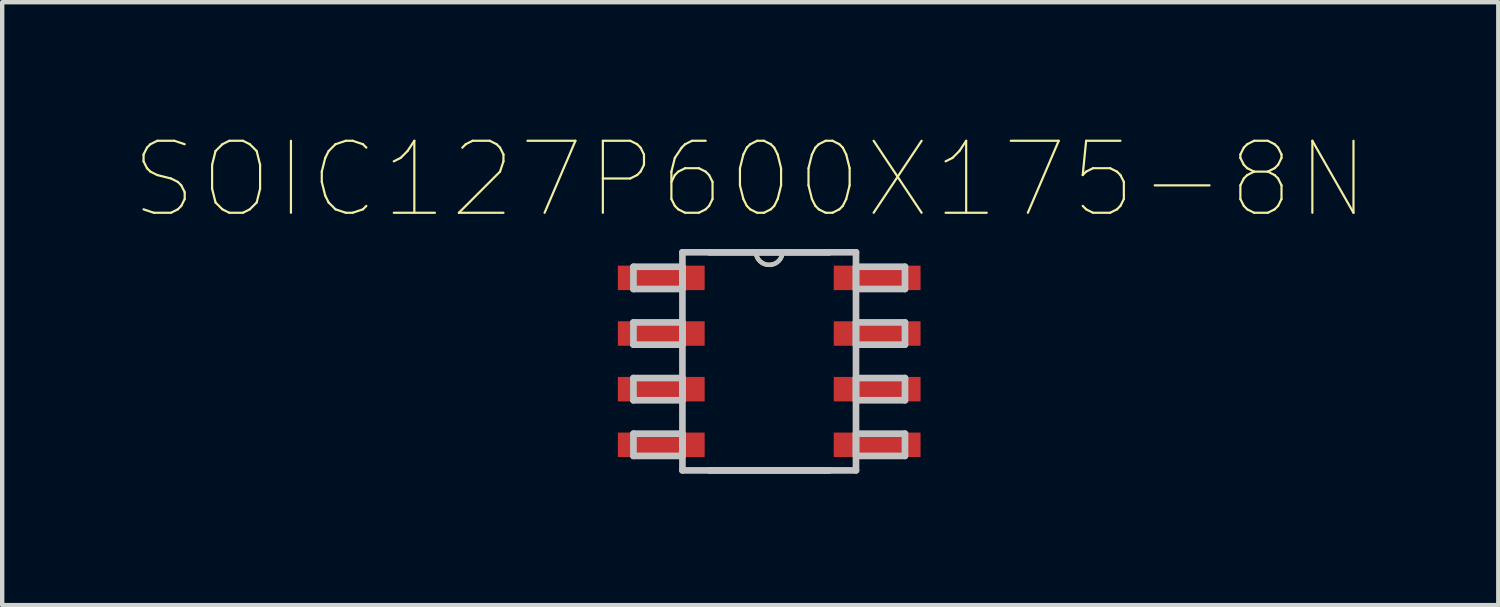
<source format=kicad_pcb>
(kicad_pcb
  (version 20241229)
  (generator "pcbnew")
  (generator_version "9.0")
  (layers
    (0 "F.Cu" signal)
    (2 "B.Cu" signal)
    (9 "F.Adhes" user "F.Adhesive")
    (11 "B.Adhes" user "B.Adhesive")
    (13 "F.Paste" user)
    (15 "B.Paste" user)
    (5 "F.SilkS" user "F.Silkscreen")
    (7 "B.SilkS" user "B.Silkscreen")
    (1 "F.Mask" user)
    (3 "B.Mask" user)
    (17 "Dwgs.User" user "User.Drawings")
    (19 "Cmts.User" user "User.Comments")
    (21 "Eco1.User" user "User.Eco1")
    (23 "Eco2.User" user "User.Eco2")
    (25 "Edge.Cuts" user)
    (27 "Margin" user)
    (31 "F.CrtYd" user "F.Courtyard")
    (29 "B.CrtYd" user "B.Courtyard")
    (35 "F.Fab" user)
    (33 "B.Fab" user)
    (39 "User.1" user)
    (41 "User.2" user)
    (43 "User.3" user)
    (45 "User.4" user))
  (footprint "SOIC127P600X175-8N"
    (layer "F.Cu")
    (at 14.508 5.198)
    (property "Reference" "SOIC127P600X175-8N" (at -0.433 -4.149 0) (layer "F.SilkS") (effects (font (size 1.643 1.643) (thickness 0.05))))
    (attr smd)
    (fp_line (start -1.372 2.489) (end 1.372 2.489) (stroke (width 0.152) (type solid)) (layer "F.SilkS"))
    (fp_line (start -0.305 -2.489) (end -1.372 -2.489) (stroke (width 0.152) (type solid)) (layer "F.SilkS"))
    (fp_line (start 1.372 -2.489) (end -0.305 -2.489) (stroke (width 0.152) (type solid)) (layer "F.SilkS"))
    (fp_arc (start 0.3048 -2.5146) (mid 0.0127 -2.1971) (end -0.3048 -2.4892) (stroke (width 0.1) (type solid)) (layer "F.SilkS"))
    (fp_line (start -3.099 -2.159) (end -3.099 -1.651) (stroke (width 0.152) (type solid)) (layer "Dwgs.User"))
    (fp_line (start -3.099 -1.651) (end -1.981 -1.651) (stroke (width 0.152) (type solid)) (layer "Dwgs.User"))
    (fp_line (start -3.099 -0.889) (end -3.099 -0.381) (stroke (width 0.152) (type solid)) (layer "Dwgs.User"))
    (fp_line (start -3.099 -0.381) (end -1.981 -0.381) (stroke (width 0.152) (type solid)) (layer "Dwgs.User"))
    (fp_line (start -3.099 0.381) (end -3.099 0.889) (stroke (width 0.152) (type solid)) (layer "Dwgs.User"))
    (fp_line (start -3.099 0.889) (end -1.981 0.889) (stroke (width 0.152) (type solid)) (layer "Dwgs.User"))
    (fp_line (start -3.099 1.651) (end -3.099 2.159) (stroke (width 0.152) (type solid)) (layer "Dwgs.User"))
    (fp_line (start -3.099 2.159) (end -1.981 2.159) (stroke (width 0.152) (type solid)) (layer "Dwgs.User"))
    (fp_line (start -1.981 -2.489) (end -1.981 2.489) (stroke (width 0.152) (type solid)) (layer "Dwgs.User"))
    (fp_line (start -1.981 -2.159) (end -3.099 -2.159) (stroke (width 0.152) (type solid)) (layer "Dwgs.User"))
    (fp_line (start -1.981 -1.651) (end -1.981 -2.159) (stroke (width 0.152) (type solid)) (layer "Dwgs.User"))
    (fp_line (start -1.981 -0.889) (end -3.099 -0.889) (stroke (width 0.152) (type solid)) (layer "Dwgs.User"))
    (fp_line (start -1.981 -0.381) (end -1.981 -0.889) (stroke (width 0.152) (type solid)) (layer "Dwgs.User"))
    (fp_line (start -1.981 0.381) (end -3.099 0.381) (stroke (width 0.152) (type solid)) (layer "Dwgs.User"))
    (fp_line (start -1.981 0.889) (end -1.981 0.381) (stroke (width 0.152) (type solid)) (layer "Dwgs.User"))
    (fp_line (start -1.981 1.651) (end -3.099 1.651) (stroke (width 0.152) (type solid)) (layer "Dwgs.User"))
    (fp_line (start -1.981 2.159) (end -1.981 1.651) (stroke (width 0.152) (type solid)) (layer "Dwgs.User"))
    (fp_line (start -1.981 2.489) (end 1.981 2.489) (stroke (width 0.152) (type solid)) (layer "Dwgs.User"))
    (fp_line (start -0.305 -2.489) (end -1.981 -2.489) (stroke (width 0.152) (type solid)) (layer "Dwgs.User"))
    (fp_line (start 1.981 -2.489) (end -0.305 -2.489) (stroke (width 0.152) (type solid)) (layer "Dwgs.User"))
    (fp_line (start 1.981 -2.159) (end 1.981 -1.651) (stroke (width 0.152) (type solid)) (layer "Dwgs.User"))
    (fp_line (start 1.981 -1.651) (end 3.099 -1.651) (stroke (width 0.152) (type solid)) (layer "Dwgs.User"))
    (fp_line (start 1.981 -0.889) (end 1.981 -0.381) (stroke (width 0.152) (type solid)) (layer "Dwgs.User"))
    (fp_line (start 1.981 -0.381) (end 3.099 -0.381) (stroke (width 0.152) (type solid)) (layer "Dwgs.User"))
    (fp_line (start 1.981 0.381) (end 1.981 0.889) (stroke (width 0.152) (type solid)) (layer "Dwgs.User"))
    (fp_line (start 1.981 0.889) (end 3.099 0.889) (stroke (width 0.152) (type solid)) (layer "Dwgs.User"))
    (fp_line (start 1.981 1.651) (end 1.981 2.159) (stroke (width 0.152) (type solid)) (layer "Dwgs.User"))
    (fp_line (start 1.981 2.159) (end 3.099 2.159) (stroke (width 0.152) (type solid)) (layer "Dwgs.User"))
    (fp_line (start 1.981 2.489) (end 1.981 -2.489) (stroke (width 0.152) (type solid)) (layer "Dwgs.User"))
    (fp_line (start 3.099 -2.159) (end 1.981 -2.159) (stroke (width 0.152) (type solid)) (layer "Dwgs.User"))
    (fp_line (start 3.099 -1.651) (end 3.099 -2.159) (stroke (width 0.152) (type solid)) (layer "Dwgs.User"))
    (fp_line (start 3.099 -0.889) (end 1.981 -0.889) (stroke (width 0.152) (type solid)) (layer "Dwgs.User"))
    (fp_line (start 3.099 -0.381) (end 3.099 -0.889) (stroke (width 0.152) (type solid)) (layer "Dwgs.User"))
    (fp_line (start 3.099 0.381) (end 1.981 0.381) (stroke (width 0.152) (type solid)) (layer "Dwgs.User"))
    (fp_line (start 3.099 0.889) (end 3.099 0.381) (stroke (width 0.152) (type solid)) (layer "Dwgs.User"))
    (fp_line (start 3.099 1.651) (end 1.981 1.651) (stroke (width 0.152) (type solid)) (layer "Dwgs.User"))
    (fp_line (start 3.099 2.159) (end 3.099 1.651) (stroke (width 0.152) (type solid)) (layer "Dwgs.User"))
    (fp_arc (start 0.3048 -2.5146) (mid 0.0127 -2.1971) (end -0.3048 -2.4892) (stroke (width 0.1) (type solid)) (layer "Dwgs.User"))
    (pad "1" smd rect (at -2.464 -1.905) (size 1.981 0.559) (layers "F.Cu" "F.Mask" "F.Paste"))
    (pad "2" smd rect (at -2.464 -0.635) (size 1.981 0.559) (layers "F.Cu" "F.Mask" "F.Paste"))
    (pad "3" smd rect (at -2.464 0.635) (size 1.981 0.559) (layers "F.Cu" "F.Mask" "F.Paste"))
    (pad "4" smd rect (at -2.464 1.905) (size 1.981 0.559) (layers "F.Cu" "F.Mask" "F.Paste"))
    (pad "5" smd rect (at 2.464 1.905) (size 1.981 0.559) (layers "F.Cu" "F.Mask" "F.Paste"))
    (pad "6" smd rect (at 2.464 0.635) (size 1.981 0.559) (layers "F.Cu" "F.Mask" "F.Paste"))
    (pad "7" smd rect (at 2.464 -0.635) (size 1.981 0.559) (layers "F.Cu" "F.Mask" "F.Paste"))
    (pad "8" smd rect (at 2.464 -1.905) (size 1.981 0.559) (layers "F.Cu" "F.Mask" "F.Paste")))
  (gr_rect
    (start -3 -3)
    (end 31.15 10.763)
    (stroke (width 0.1) (type default))
    (fill no)
    (layer "Edge.Cuts")))
</source>
